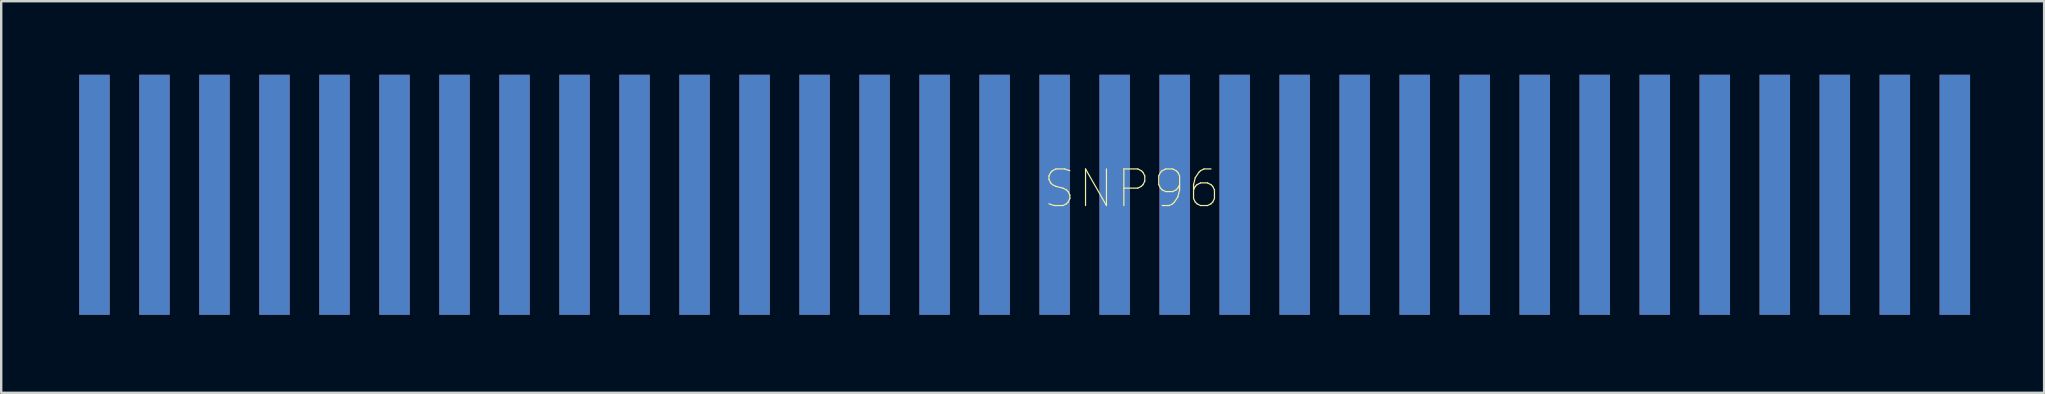
<source format=kicad_pcb>
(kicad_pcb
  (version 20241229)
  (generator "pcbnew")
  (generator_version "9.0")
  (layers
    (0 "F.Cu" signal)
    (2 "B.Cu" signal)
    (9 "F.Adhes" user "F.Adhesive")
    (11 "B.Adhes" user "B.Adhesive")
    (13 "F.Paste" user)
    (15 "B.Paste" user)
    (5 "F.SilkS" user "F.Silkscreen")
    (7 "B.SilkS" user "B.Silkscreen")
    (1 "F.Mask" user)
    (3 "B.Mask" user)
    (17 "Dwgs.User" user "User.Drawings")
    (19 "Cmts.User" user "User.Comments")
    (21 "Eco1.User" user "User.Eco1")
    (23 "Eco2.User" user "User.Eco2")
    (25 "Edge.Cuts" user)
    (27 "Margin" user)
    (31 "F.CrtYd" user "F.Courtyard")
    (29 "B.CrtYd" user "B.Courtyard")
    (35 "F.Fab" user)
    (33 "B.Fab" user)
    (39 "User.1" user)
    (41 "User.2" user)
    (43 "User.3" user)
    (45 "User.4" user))
  (footprint "SNP96"
    (layer "F.Cu")
    (at 0.25 10.064)
    (property "Reference" "SNP96" (at 43.845 -5.254 180) (layer "F.SilkS") (effects (font (size 1.524 1.524) (thickness 0.05))))
    (attr smd)
    (fp_rect (start -0.005 -10.004) (end 1.295 -0.004) (stroke (width 0.12) (type solid)) (fill yes) (layer "F.Mask"))
    (fp_rect (start 2.495 -10.004) (end 3.795 -0.004) (stroke (width 0.12) (type solid)) (fill yes) (layer "F.Mask"))
    (fp_rect (start 4.995 -10.004) (end 6.295 -0.004) (stroke (width 0.12) (type solid)) (fill yes) (layer "F.Mask"))
    (fp_rect (start 7.495 -10.004) (end 8.795 -0.004) (stroke (width 0.12) (type solid)) (fill yes) (layer "F.Mask"))
    (fp_rect (start 9.995 -10.004) (end 11.295 -0.004) (stroke (width 0.12) (type solid)) (fill yes) (layer "F.Mask"))
    (fp_rect (start 12.495 -10.004) (end 13.795 -0.004) (stroke (width 0.12) (type solid)) (fill yes) (layer "F.Mask"))
    (fp_rect (start 14.995 -10.004) (end 16.295 -0.004) (stroke (width 0.12) (type solid)) (fill yes) (layer "F.Mask"))
    (fp_rect (start 17.495 -10.004) (end 18.795 -0.004) (stroke (width 0.12) (type solid)) (fill yes) (layer "F.Mask"))
    (fp_rect (start 19.995 -10.004) (end 21.295 -0.004) (stroke (width 0.12) (type solid)) (fill yes) (layer "F.Mask"))
    (fp_rect (start 22.495 -10.004) (end 23.795 -0.004) (stroke (width 0.12) (type solid)) (fill yes) (layer "F.Mask"))
    (fp_rect (start 24.995 -10.004) (end 26.295 -0.004) (stroke (width 0.12) (type solid)) (fill yes) (layer "F.Mask"))
    (fp_rect (start 27.495 -10.004) (end 28.795 -0.004) (stroke (width 0.12) (type solid)) (fill yes) (layer "F.Mask"))
    (fp_rect (start 29.995 -10.004) (end 31.295 -0.004) (stroke (width 0.12) (type solid)) (fill yes) (layer "F.Mask"))
    (fp_rect (start 32.495 -10.004) (end 33.795 -0.004) (stroke (width 0.12) (type solid)) (fill yes) (layer "F.Mask"))
    (fp_rect (start 34.995 -10.004) (end 36.295 -0.004) (stroke (width 0.12) (type solid)) (fill yes) (layer "F.Mask"))
    (fp_rect (start 37.495 -10.004) (end 38.795 -0.004) (stroke (width 0.12) (type solid)) (fill yes) (layer "F.Mask"))
    (fp_rect (start 39.995 -10.004) (end 41.295 -0.004) (stroke (width 0.12) (type solid)) (fill yes) (layer "F.Mask"))
    (fp_rect (start 42.495 -10.004) (end 43.795 -0.004) (stroke (width 0.12) (type solid)) (fill yes) (layer "F.Mask"))
    (fp_rect (start 44.995 -10.004) (end 46.295 -0.004) (stroke (width 0.12) (type solid)) (fill yes) (layer "F.Mask"))
    (fp_rect (start 47.495 -10.004) (end 48.795 -0.004) (stroke (width 0.12) (type solid)) (fill yes) (layer "F.Mask"))
    (fp_rect (start 49.995 -10.004) (end 51.295 -0.004) (stroke (width 0.12) (type solid)) (fill yes) (layer "F.Mask"))
    (fp_rect (start 52.495 -10.004) (end 53.795 -0.004) (stroke (width 0.12) (type solid)) (fill yes) (layer "F.Mask"))
    (fp_rect (start 54.995 -10.004) (end 56.295 -0.004) (stroke (width 0.12) (type solid)) (fill yes) (layer "F.Mask"))
    (fp_rect (start 57.495 -10.004) (end 58.795 -0.004) (stroke (width 0.12) (type solid)) (fill yes) (layer "F.Mask"))
    (fp_rect (start 59.995 -10.004) (end 61.295 -0.004) (stroke (width 0.12) (type solid)) (fill yes) (layer "F.Mask"))
    (fp_rect (start 62.495 -10.004) (end 63.795 -0.004) (stroke (width 0.12) (type solid)) (fill yes) (layer "F.Mask"))
    (fp_rect (start 64.995 -10.004) (end 66.295 -0.004) (stroke (width 0.12) (type solid)) (fill yes) (layer "F.Mask"))
    (fp_rect (start 67.495 -10.004) (end 68.795 -0.004) (stroke (width 0.12) (type solid)) (fill yes) (layer "F.Mask"))
    (fp_rect (start 69.995 -10.004) (end 71.295 -0.004) (stroke (width 0.12) (type solid)) (fill yes) (layer "F.Mask"))
    (fp_rect (start 72.495 -10.004) (end 73.795 -0.004) (stroke (width 0.12) (type solid)) (fill yes) (layer "F.Mask"))
    (fp_rect (start 74.995 -10.004) (end 76.295 -0.004) (stroke (width 0.12) (type solid)) (fill yes) (layer "F.Mask"))
    (fp_rect (start 77.495 -10.004) (end 78.795 -0.004) (stroke (width 0.12) (type solid)) (fill yes) (layer "F.Mask"))
    (fp_rect (start -0.005 -10.004) (end 1.295 -0.004) (stroke (width 0.12) (type solid)) (fill yes) (layer "B.Mask"))
    (fp_rect (start 2.495 -10.004) (end 3.795 -0.004) (stroke (width 0.12) (type solid)) (fill yes) (layer "B.Mask"))
    (fp_rect (start 4.995 -10.004) (end 6.295 -0.004) (stroke (width 0.12) (type solid)) (fill yes) (layer "B.Mask"))
    (fp_rect (start 7.495 -10.004) (end 8.795 -0.004) (stroke (width 0.12) (type solid)) (fill yes) (layer "B.Mask"))
    (fp_rect (start 9.995 -10.004) (end 11.295 -0.004) (stroke (width 0.12) (type solid)) (fill yes) (layer "B.Mask"))
    (fp_rect (start 12.495 -10.004) (end 13.795 -0.004) (stroke (width 0.12) (type solid)) (fill yes) (layer "B.Mask"))
    (fp_rect (start 14.995 -10.004) (end 16.295 -0.004) (stroke (width 0.12) (type solid)) (fill yes) (layer "B.Mask"))
    (fp_rect (start 17.495 -10.004) (end 18.795 -0.004) (stroke (width 0.12) (type solid)) (fill yes) (layer "B.Mask"))
    (fp_rect (start 19.995 -10.004) (end 21.295 -0.004) (stroke (width 0.12) (type solid)) (fill yes) (layer "B.Mask"))
    (fp_rect (start 22.495 -10.004) (end 23.795 -0.004) (stroke (width 0.12) (type solid)) (fill yes) (layer "B.Mask"))
    (fp_rect (start 24.995 -10.004) (end 26.295 -0.004) (stroke (width 0.12) (type solid)) (fill yes) (layer "B.Mask"))
    (fp_rect (start 27.495 -10.004) (end 28.795 -0.004) (stroke (width 0.12) (type solid)) (fill yes) (layer "B.Mask"))
    (fp_rect (start 29.995 -10.004) (end 31.295 -0.004) (stroke (width 0.12) (type solid)) (fill yes) (layer "B.Mask"))
    (fp_rect (start 32.495 -10.004) (end 33.795 -0.004) (stroke (width 0.12) (type solid)) (fill yes) (layer "B.Mask"))
    (fp_rect (start 34.995 -10.004) (end 36.295 -0.004) (stroke (width 0.12) (type solid)) (fill yes) (layer "B.Mask"))
    (fp_rect (start 37.495 -10.004) (end 38.795 -0.004) (stroke (width 0.12) (type solid)) (fill yes) (layer "B.Mask"))
    (fp_rect (start 39.995 -10.004) (end 41.295 -0.004) (stroke (width 0.12) (type solid)) (fill yes) (layer "B.Mask"))
    (fp_rect (start 42.495 -10.004) (end 43.795 -0.004) (stroke (width 0.12) (type solid)) (fill yes) (layer "B.Mask"))
    (fp_rect (start 44.995 -10.004) (end 46.295 -0.004) (stroke (width 0.12) (type solid)) (fill yes) (layer "B.Mask"))
    (fp_rect (start 47.495 -10.004) (end 48.795 -0.004) (stroke (width 0.12) (type solid)) (fill yes) (layer "B.Mask"))
    (fp_rect (start 49.995 -10.004) (end 51.295 -0.004) (stroke (width 0.12) (type solid)) (fill yes) (layer "B.Mask"))
    (fp_rect (start 52.495 -10.004) (end 53.795 -0.004) (stroke (width 0.12) (type solid)) (fill yes) (layer "B.Mask"))
    (fp_rect (start 54.995 -10.004) (end 56.295 -0.004) (stroke (width 0.12) (type solid)) (fill yes) (layer "B.Mask"))
    (fp_rect (start 57.495 -10.004) (end 58.795 -0.004) (stroke (width 0.12) (type solid)) (fill yes) (layer "B.Mask"))
    (fp_rect (start 59.995 -10.004) (end 61.295 -0.004) (stroke (width 0.12) (type solid)) (fill yes) (layer "B.Mask"))
    (fp_rect (start 62.495 -10.004) (end 63.795 -0.004) (stroke (width 0.12) (type solid)) (fill yes) (layer "B.Mask"))
    (fp_rect (start 64.995 -10.004) (end 66.295 -0.004) (stroke (width 0.12) (type solid)) (fill yes) (layer "B.Mask"))
    (fp_rect (start 67.495 -10.004) (end 68.795 -0.004) (stroke (width 0.12) (type solid)) (fill yes) (layer "B.Mask"))
    (fp_rect (start 69.995 -10.004) (end 71.295 -0.004) (stroke (width 0.12) (type solid)) (fill yes) (layer "B.Mask"))
    (fp_rect (start 72.495 -10.004) (end 73.795 -0.004) (stroke (width 0.12) (type solid)) (fill yes) (layer "B.Mask"))
    (fp_rect (start 74.995 -10.004) (end 76.295 -0.004) (stroke (width 0.12) (type solid)) (fill yes) (layer "B.Mask"))
    (fp_rect (start 77.495 -10.004) (end 78.795 -0.004) (stroke (width 0.12) (type solid)) (fill yes) (layer "B.Mask"))
    (pad "1" smd rect (at 78.135 -5 180) (size 1.27 10) (layers "F.Cu"))
    (pad "2" smd rect (at 75.635 -5 180) (size 1.27 10) (layers "F.Cu"))
    (pad "3" smd rect (at 73.135 -5 180) (size 1.27 10) (layers "F.Cu"))
    (pad "4" smd rect (at 70.635 -5 180) (size 1.27 10) (layers "F.Cu"))
    (pad "5" smd rect (at 68.135 -5 180) (size 1.27 10) (layers "F.Cu"))
    (pad "6" smd rect (at 65.635 -5 180) (size 1.27 10) (layers "F.Cu"))
    (pad "7" smd rect (at 63.135 -5 180) (size 1.27 10) (layers "F.Cu"))
    (pad "8" smd rect (at 60.635 -5 180) (size 1.27 10) (layers "F.Cu"))
    (pad "9" smd rect (at 58.135 -5 180) (size 1.27 10) (layers "F.Cu"))
    (pad "10" smd rect (at 55.635 -5 180) (size 1.27 10) (layers "F.Cu"))
    (pad "11" smd rect (at 53.135 -5 180) (size 1.27 10) (layers "F.Cu"))
    (pad "12" smd rect (at 50.635 -5 180) (size 1.27 10) (layers "F.Cu"))
    (pad "13" smd rect (at 48.135 -5 180) (size 1.27 10) (layers "F.Cu"))
    (pad "14" smd rect (at 45.635 -5 180) (size 1.27 10) (layers "F.Cu"))
    (pad "15" smd rect (at 43.135 -5 180) (size 1.27 10) (layers "F.Cu"))
    (pad "16" smd rect (at 40.635 -5 180) (size 1.27 10) (layers "F.Cu"))
    (pad "17" smd rect (at 38.135 -5 180) (size 1.27 10) (layers "F.Cu"))
    (pad "18" smd rect (at 35.635 -5 180) (size 1.27 10) (layers "F.Cu"))
    (pad "19" smd rect (at 33.135 -5 180) (size 1.27 10) (layers "F.Cu"))
    (pad "20" smd rect (at 30.635 -5 180) (size 1.27 10) (layers "F.Cu"))
    (pad "21" smd rect (at 28.135 -5 180) (size 1.27 10) (layers "F.Cu"))
    (pad "22" smd rect (at 25.635 -5 180) (size 1.27 10) (layers "F.Cu"))
    (pad "23" smd rect (at 23.135 -5 180) (size 1.27 10) (layers "F.Cu"))
    (pad "24" smd rect (at 20.635 -5 180) (size 1.27 10) (layers "F.Cu"))
    (pad "25" smd rect (at 18.135 -5 180) (size 1.27 10) (layers "F.Cu"))
    (pad "26" smd rect (at 15.635 -5 180) (size 1.27 10) (layers "F.Cu"))
    (pad "27" smd rect (at 13.135 -5 180) (size 1.27 10) (layers "F.Cu"))
    (pad "28" smd rect (at 10.635 -5 180) (size 1.27 10) (layers "F.Cu"))
    (pad "29" smd rect (at 8.135 -5 180) (size 1.27 10) (layers "F.Cu"))
    (pad "30" smd rect (at 5.635 -5 180) (size 1.27 10) (layers "F.Cu"))
    (pad "31" smd rect (at 3.135 -5 180) (size 1.27 10) (layers "F.Cu"))
    (pad "32" smd rect (at 0.635 -5 180) (size 1.27 10) (layers "F.Cu"))
    (pad "33" smd rect (at 78.135 -5 180) (size 1.27 10) (layers "B.Cu"))
    (pad "34" smd rect (at 75.635 -5 180) (size 1.27 10) (layers "B.Cu"))
    (pad "35" smd rect (at 73.135 -5 180) (size 1.27 10) (layers "B.Cu"))
    (pad "36" smd rect (at 70.635 -5 180) (size 1.27 10) (layers "B.Cu"))
    (pad "37" smd rect (at 68.135 -5 180) (size 1.27 10) (layers "B.Cu"))
    (pad "38" smd rect (at 65.635 -5 180) (size 1.27 10) (layers "B.Cu"))
    (pad "39" smd rect (at 63.135 -5 180) (size 1.27 10) (layers "B.Cu"))
    (pad "40" smd rect (at 60.635 -5 180) (size 1.27 10) (layers "B.Cu"))
    (pad "41" smd rect (at 58.135 -5 180) (size 1.27 10) (layers "B.Cu"))
    (pad "42" smd rect (at 55.635 -5 180) (size 1.27 10) (layers "B.Cu"))
    (pad "43" smd rect (at 53.135 -5 180) (size 1.27 10) (layers "B.Cu"))
    (pad "44" smd rect (at 50.635 -5 180) (size 1.27 10) (layers "B.Cu"))
    (pad "45" smd rect (at 48.135 -5 180) (size 1.27 10) (layers "B.Cu"))
    (pad "46" smd rect (at 45.635 -5 180) (size 1.27 10) (layers "B.Cu"))
    (pad "47" smd rect (at 43.135 -5 180) (size 1.27 10) (layers "B.Cu"))
    (pad "48" smd rect (at 40.635 -5 180) (size 1.27 10) (layers "B.Cu"))
    (pad "49" smd rect (at 38.135 -5 180) (size 1.27 10) (layers "B.Cu"))
    (pad "50" smd rect (at 35.635 -5 180) (size 1.27 10) (layers "B.Cu"))
    (pad "51" smd rect (at 33.135 -5 180) (size 1.27 10) (layers "B.Cu"))
    (pad "52" smd rect (at 30.635 -5 180) (size 1.27 10) (layers "B.Cu"))
    (pad "53" smd rect (at 28.135 -5 180) (size 1.27 10) (layers "B.Cu"))
    (pad "54" smd rect (at 25.635 -5 180) (size 1.27 10) (layers "B.Cu"))
    (pad "55" smd rect (at 23.135 -5 180) (size 1.27 10) (layers "B.Cu"))
    (pad "56" smd rect (at 20.635 -5 180) (size 1.27 10) (layers "B.Cu"))
    (pad "57" smd rect (at 18.135 -5 180) (size 1.27 10) (layers "B.Cu"))
    (pad "58" smd rect (at 15.635 -5 180) (size 1.27 10) (layers "B.Cu"))
    (pad "59" smd rect (at 13.135 -5 180) (size 1.27 10) (layers "B.Cu"))
    (pad "60" smd rect (at 10.635 -5 180) (size 1.27 10) (layers "B.Cu"))
    (pad "61" smd rect (at 8.135 -5 180) (size 1.27 10) (layers "B.Cu"))
    (pad "62" smd rect (at 5.635 -5 180) (size 1.27 10) (layers "B.Cu"))
    (pad "63" smd rect (at 3.135 -5 180) (size 1.27 10) (layers "B.Cu"))
    (pad "64" smd rect (at 0.635 -5 180) (size 1.27 10) (layers "B.Cu")))
  (gr_rect
    (start -3 -3)
    (end 82.105 13.314)
    (stroke (width 0.1) (type default))
    (fill no)
    (layer "Edge.Cuts")))
</source>
